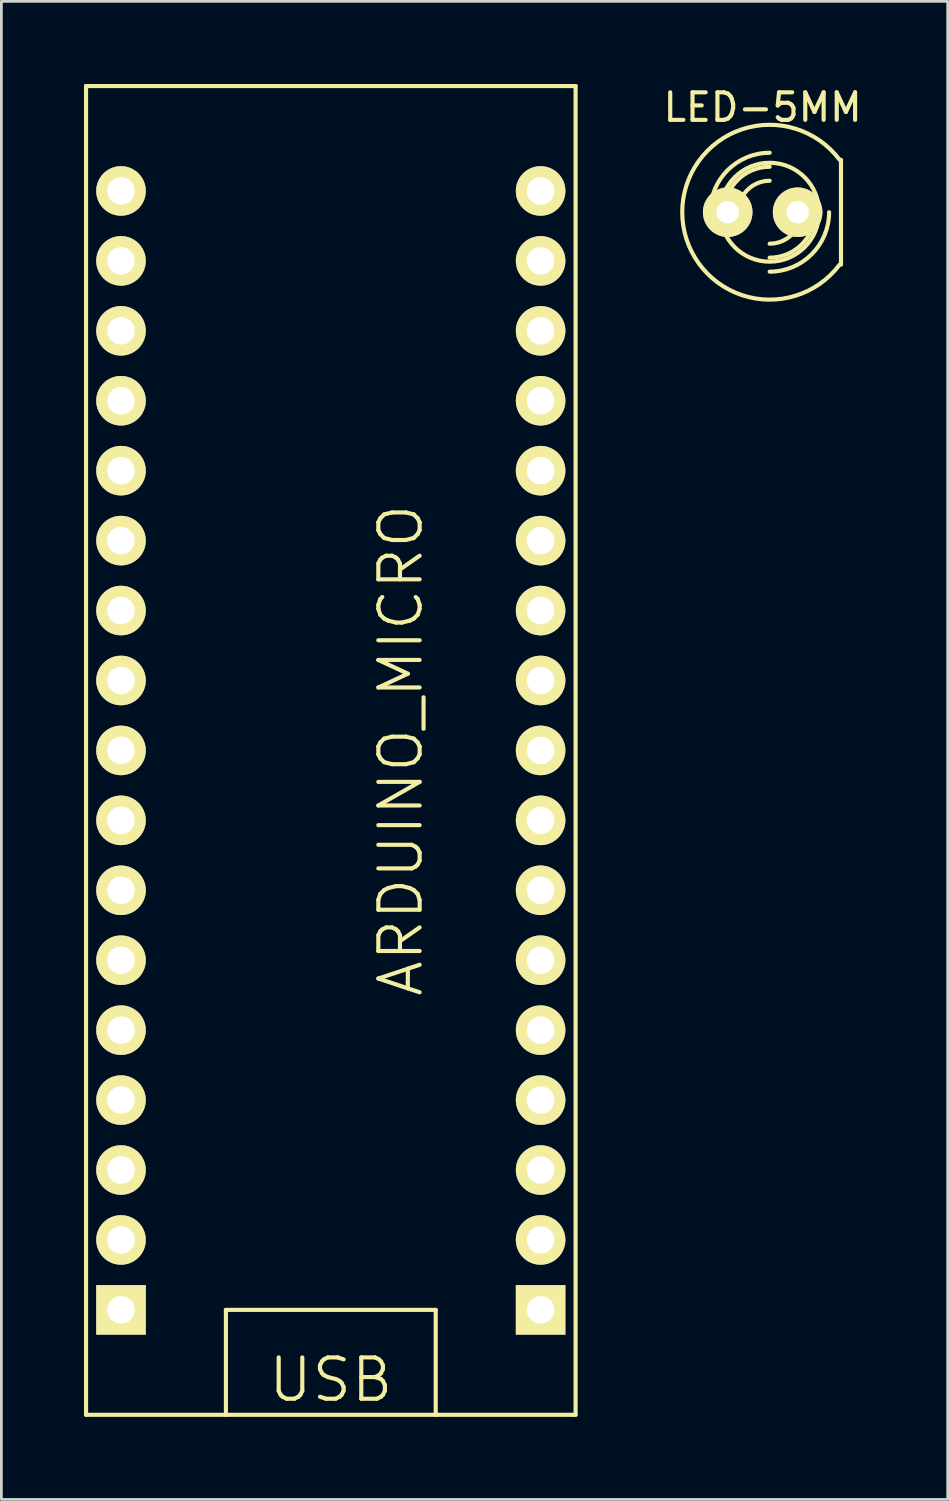
<source format=kicad_pcb>
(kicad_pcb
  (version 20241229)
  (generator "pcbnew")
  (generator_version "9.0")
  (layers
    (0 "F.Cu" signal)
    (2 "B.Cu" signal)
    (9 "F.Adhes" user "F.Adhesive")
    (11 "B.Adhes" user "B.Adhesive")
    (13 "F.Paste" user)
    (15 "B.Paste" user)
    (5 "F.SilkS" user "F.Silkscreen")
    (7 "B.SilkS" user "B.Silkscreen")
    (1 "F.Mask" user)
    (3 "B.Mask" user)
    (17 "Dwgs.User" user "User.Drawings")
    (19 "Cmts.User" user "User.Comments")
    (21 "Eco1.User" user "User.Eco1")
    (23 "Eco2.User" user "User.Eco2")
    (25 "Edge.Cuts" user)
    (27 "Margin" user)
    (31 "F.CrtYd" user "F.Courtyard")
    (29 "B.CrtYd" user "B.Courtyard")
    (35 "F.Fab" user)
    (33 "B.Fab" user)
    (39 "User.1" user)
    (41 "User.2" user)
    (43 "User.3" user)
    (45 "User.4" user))
  (footprint "ARDUINO_MICRO"
    (layer "F.Cu")
    (at 8.965 24.205)
    (property "Reference" "ARDUINO_MICRO" (at 2.54 0 90) (layer "F.SilkS") (effects (font (size 1.5 1.5) (thickness 0.15))))
    (attr through_hole)
    (fp_line (start -8.89 -24.13) (end 8.89 -24.13) (stroke (width 0.15) (type solid)) (layer "F.SilkS"))
    (fp_line (start -8.89 24.13) (end -8.89 -24.13) (stroke (width 0.15) (type solid)) (layer "F.SilkS"))
    (fp_line (start -3.81 20.32) (end 3.81 20.32) (stroke (width 0.15) (type solid)) (layer "F.SilkS"))
    (fp_line (start -3.81 24.13) (end -3.81 20.32) (stroke (width 0.15) (type solid)) (layer "F.SilkS"))
    (fp_line (start 3.81 20.32) (end 3.81 24.13) (stroke (width 0.15) (type solid)) (layer "F.SilkS"))
    (fp_line (start 8.89 -24.13) (end 8.89 24.13) (stroke (width 0.15) (type solid)) (layer "F.SilkS"))
    (fp_line (start 8.89 24.13) (end -8.89 24.13) (stroke (width 0.15) (type solid)) (layer "F.SilkS"))
    (fp_text user "USB" (at 0 22.86 0) (layer "F.SilkS") (effects (font (size 1.5 1.5) (thickness 0.15))))
    (pad "1" thru_hole circle (at -7.62 -20.32) (size 1.8 1.8) (drill 1) (layers "*.Cu" "*.Mask" "F.SilkS"))
    (pad "2" thru_hole circle (at -7.62 -17.78) (size 1.8 1.8) (drill 1) (layers "*.Cu" "*.Mask" "F.SilkS"))
    (pad "3" thru_hole circle (at -7.62 -15.24) (size 1.8 1.8) (drill 1) (layers "*.Cu" "*.Mask" "F.SilkS"))
    (pad "4" thru_hole circle (at -7.62 -12.7) (size 1.8 1.8) (drill 1) (layers "*.Cu" "*.Mask" "F.SilkS"))
    (pad "5" thru_hole circle (at -7.62 -10.16) (size 1.8 1.8) (drill 1) (layers "*.Cu" "*.Mask" "F.SilkS"))
    (pad "6" thru_hole circle (at -7.62 -7.62) (size 1.8 1.8) (drill 1) (layers "*.Cu" "*.Mask" "F.SilkS"))
    (pad "7" thru_hole circle (at -7.62 -5.08) (size 1.8 1.8) (drill 1) (layers "*.Cu" "*.Mask" "F.SilkS"))
    (pad "8" thru_hole circle (at -7.62 -2.54) (size 1.8 1.8) (drill 1) (layers "*.Cu" "*.Mask" "F.SilkS"))
    (pad "9" thru_hole circle (at -7.62 0) (size 1.8 1.8) (drill 1) (layers "*.Cu" "*.Mask" "F.SilkS"))
    (pad "10" thru_hole circle (at -7.62 2.54) (size 1.8 1.8) (drill 1) (layers "*.Cu" "*.Mask" "F.SilkS"))
    (pad "11" thru_hole circle (at -7.62 5.08) (size 1.8 1.8) (drill 1) (layers "*.Cu" "*.Mask" "F.SilkS"))
    (pad "12" thru_hole circle (at -7.62 7.62) (size 1.8 1.8) (drill 1) (layers "*.Cu" "*.Mask" "F.SilkS"))
    (pad "13" thru_hole circle (at -7.62 10.16) (size 1.8 1.8) (drill 1) (layers "*.Cu" "*.Mask" "F.SilkS"))
    (pad "14" thru_hole circle (at -7.62 12.7) (size 1.8 1.8) (drill 1) (layers "*.Cu" "*.Mask" "F.SilkS"))
    (pad "15" thru_hole circle (at -7.62 15.24) (size 1.8 1.8) (drill 1) (layers "*.Cu" "*.Mask" "F.SilkS"))
    (pad "16" thru_hole circle (at -7.62 17.78) (size 1.8 1.8) (drill 1) (layers "*.Cu" "*.Mask" "F.SilkS"))
    (pad "17" thru_hole rect (at -7.62 20.32) (size 1.8 1.8) (drill 1) (layers "*.Cu" "*.Mask" "F.SilkS"))
    (pad "18" thru_hole rect (at 7.62 20.32) (size 1.8 1.8) (drill 1) (layers "*.Cu" "*.Mask" "F.SilkS"))
    (pad "19" thru_hole circle (at 7.62 17.78) (size 1.8 1.8) (drill 1) (layers "*.Cu" "*.Mask" "F.SilkS"))
    (pad "20" thru_hole circle (at 7.62 15.24) (size 1.8 1.8) (drill 1) (layers "*.Cu" "*.Mask" "F.SilkS"))
    (pad "21" thru_hole circle (at 7.62 12.7) (size 1.8 1.8) (drill 1) (layers "*.Cu" "*.Mask" "F.SilkS"))
    (pad "22" thru_hole circle (at 7.62 10.16) (size 1.8 1.8) (drill 1) (layers "*.Cu" "*.Mask" "F.SilkS"))
    (pad "23" thru_hole circle (at 7.62 7.62) (size 1.8 1.8) (drill 1) (layers "*.Cu" "*.Mask" "F.SilkS"))
    (pad "24" thru_hole circle (at 7.62 5.08) (size 1.8 1.8) (drill 1) (layers "*.Cu" "*.Mask" "F.SilkS"))
    (pad "25" thru_hole circle (at 7.62 2.54) (size 1.8 1.8) (drill 1) (layers "*.Cu" "*.Mask" "F.SilkS"))
    (pad "26" thru_hole circle (at 7.62 0) (size 1.8 1.8) (drill 1) (layers "*.Cu" "*.Mask" "F.SilkS"))
    (pad "27" thru_hole circle (at 7.62 -2.54) (size 1.8 1.8) (drill 1) (layers "*.Cu" "*.Mask" "F.SilkS"))
    (pad "28" thru_hole circle (at 7.62 -5.08) (size 1.8 1.8) (drill 1) (layers "*.Cu" "*.Mask" "F.SilkS"))
    (pad "29" thru_hole circle (at 7.62 -7.62) (size 1.8 1.8) (drill 1) (layers "*.Cu" "*.Mask" "F.SilkS"))
    (pad "30" thru_hole circle (at 7.62 -10.16) (size 1.8 1.8) (drill 1) (layers "*.Cu" "*.Mask" "F.SilkS"))
    (pad "31" thru_hole circle (at 7.62 -12.7) (size 1.8 1.8) (drill 1) (layers "*.Cu" "*.Mask" "F.SilkS"))
    (pad "32" thru_hole circle (at 7.62 -15.24) (size 1.8 1.8) (drill 1) (layers "*.Cu" "*.Mask" "F.SilkS"))
    (pad "33" thru_hole circle (at 7.62 -17.78) (size 1.8 1.8) (drill 1) (layers "*.Cu" "*.Mask" "F.SilkS"))
    (pad "34" thru_hole circle (at 7.62 -20.32) (size 1.8 1.8) (drill 1) (layers "*.Cu" "*.Mask" "F.SilkS")))
  (footprint "LED-5MM"
    (layer "F.Cu")
    (at 24.65 4.658)
    (property "Reference" "LED-5MM" (at 0 -3.81 0) (layer "F.SilkS") (effects (font (size 1 1) (thickness 0.15))))
    (attr through_hole)
    (fp_line (start 2.845 1.905) (end 2.845 -1.905) (stroke (width 0.15) (type solid)) (layer "F.SilkS"))
    (fp_arc (start -1.905 0) (mid -1.272644 -1.526644) (end 0.254 -2.159) (stroke (width 0.15) (type solid)) (layer "F.SilkS"))
    (fp_arc (start -1.397 0) (mid -0.913433 -1.167433) (end 0.254 -1.651) (stroke (width 0.15) (type solid)) (layer "F.SilkS"))
    (fp_arc (start -0.889 0) (mid -0.554223 -0.808223) (end 0.254 -1.143) (stroke (width 0.15) (type solid)) (layer "F.SilkS"))
    (fp_arc (start 1.397 0) (mid 1.062223 0.808223) (end 0.254 1.143) (stroke (width 0.15) (type solid)) (layer "F.SilkS"))
    (fp_arc (start 1.905 0) (mid 1.421433 1.167433) (end 0.254 1.651) (stroke (width 0.15) (type solid)) (layer "F.SilkS"))
    (fp_arc (start 2.413 0) (mid 1.780644 1.526644) (end 0.254 2.159) (stroke (width 0.15) (type solid)) (layer "F.SilkS"))
    (fp_arc (start 2.794 1.905) (mid -2.921 0.001668) (end 2.791997 -1.907668) (stroke (width 0.15) (type solid)) (layer "F.SilkS"))
    (fp_circle (center 0.254 0) (end -1.016 1.27) (stroke (width 0.15) (type solid)) (fill no) (layer "F.SilkS"))
    (pad "1" thru_hole circle (at -1.27 0) (size 1.8 1.8) (drill 0.813) (layers "*.Cu" "*.Mask" "F.SilkS"))
    (pad "2" thru_hole circle (at 1.27 0) (size 1.8 1.8) (drill 0.813) (layers "*.Cu" "*.Mask" "F.SilkS")))
  (gr_rect
    (start -3 -3)
    (end 31.37 51.41)
    (stroke (width 0.1) (type default))
    (fill no)
    (layer "Edge.Cuts")))
</source>
